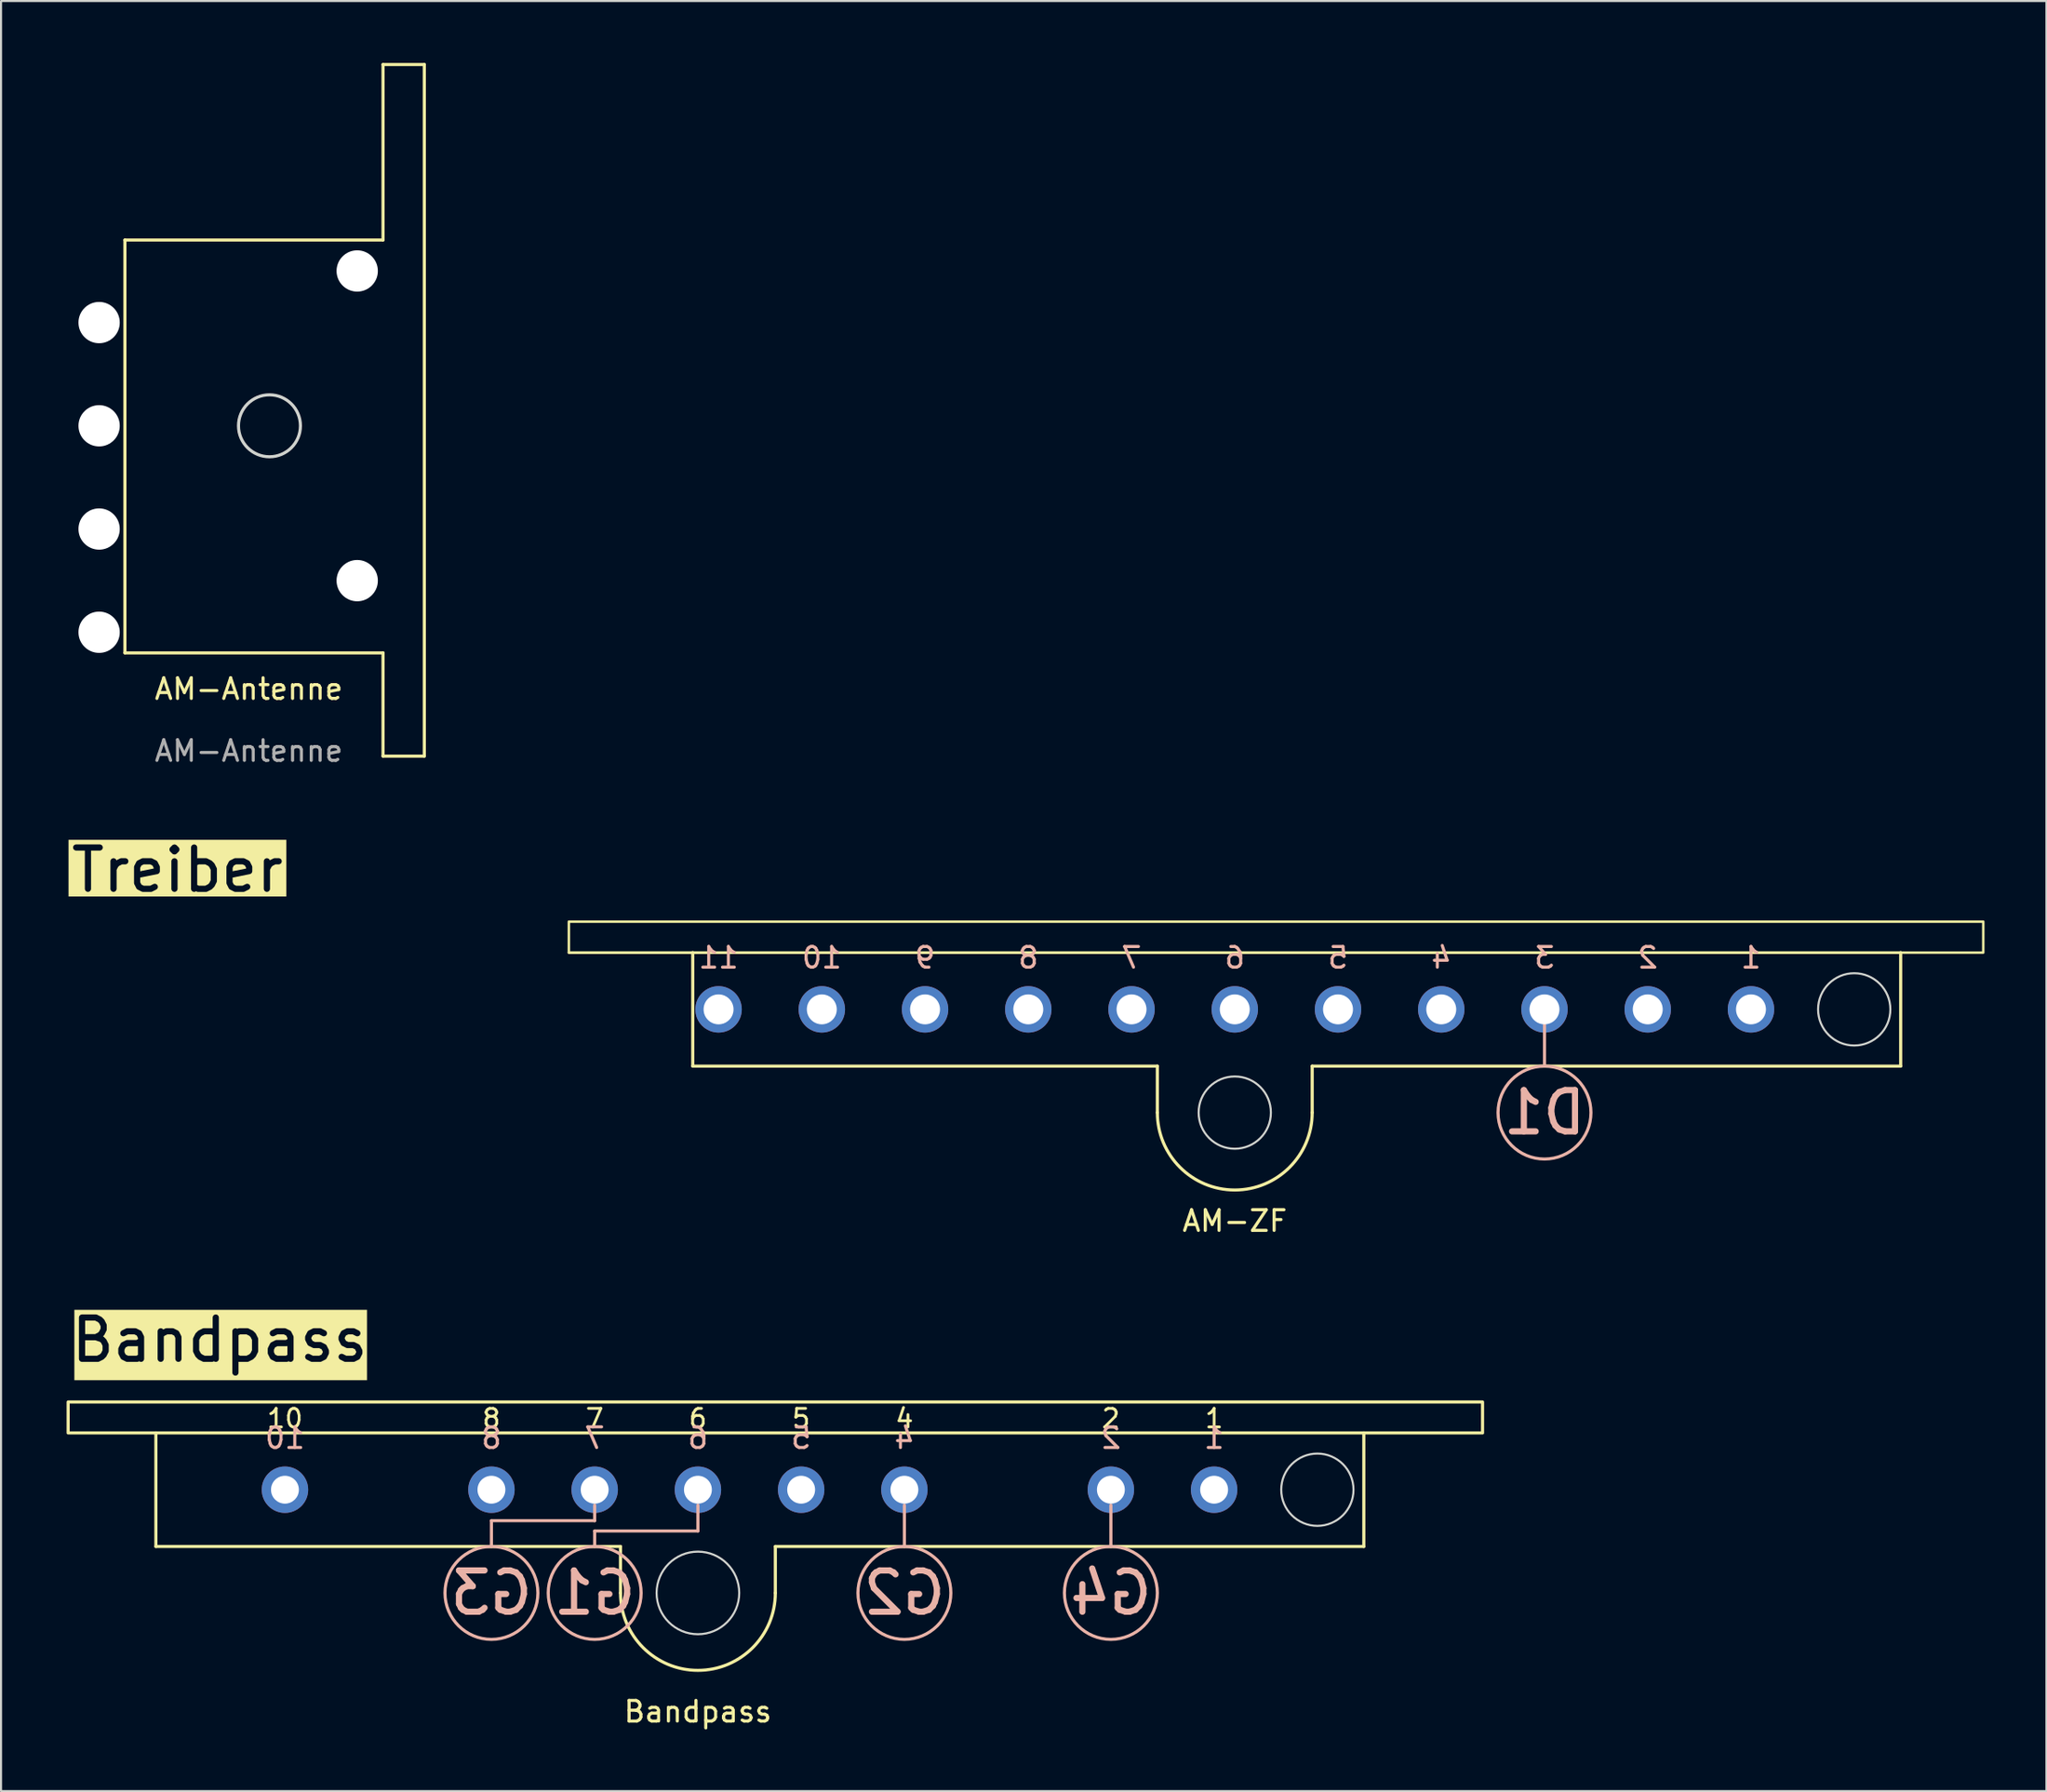
<source format=kicad_pcb>
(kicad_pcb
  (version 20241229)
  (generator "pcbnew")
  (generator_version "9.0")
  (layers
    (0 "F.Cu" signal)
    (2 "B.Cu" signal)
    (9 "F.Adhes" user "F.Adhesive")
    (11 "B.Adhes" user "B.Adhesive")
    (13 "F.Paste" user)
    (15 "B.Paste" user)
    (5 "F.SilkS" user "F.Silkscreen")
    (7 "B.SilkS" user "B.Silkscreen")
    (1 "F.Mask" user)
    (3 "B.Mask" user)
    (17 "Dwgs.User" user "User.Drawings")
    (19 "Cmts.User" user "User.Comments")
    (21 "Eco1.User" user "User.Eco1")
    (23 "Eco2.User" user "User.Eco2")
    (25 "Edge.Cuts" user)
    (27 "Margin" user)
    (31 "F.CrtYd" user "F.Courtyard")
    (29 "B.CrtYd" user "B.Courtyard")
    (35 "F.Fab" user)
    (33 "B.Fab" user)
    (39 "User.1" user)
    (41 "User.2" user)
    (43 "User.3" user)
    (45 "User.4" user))
  (footprint "AM-Antenne"
    (layer "F.Cu")
    (at 3 8.575)
    (property "Reference" "AM-Antenne" (at 6 21.75 0) (unlocked yes) (layer "F.SilkS") (effects (font (size 1 1) (thickness 0.15))))
    (attr through_hole)
    (fp_line (start 0 0) (end 0 20) (stroke (width 0.15) (type default)) (layer "F.SilkS"))
    (fp_line (start 0 20) (end 12.5 20) (stroke (width 0.15) (type default)) (layer "F.SilkS"))
    (fp_line (start 12.5 -8.5) (end 14.5 -8.5) (stroke (width 0.15) (type default)) (layer "F.SilkS"))
    (fp_line (start 12.5 0) (end 0 0) (stroke (width 0.15) (type default)) (layer "F.SilkS"))
    (fp_line (start 12.5 0) (end 12.5 -8.5) (stroke (width 0.15) (type default)) (layer "F.SilkS"))
    (fp_line (start 12.5 25) (end 12.5 20) (stroke (width 0.15) (type default)) (layer "F.SilkS"))
    (fp_line (start 14.5 -8.5) (end 14.5 25) (stroke (width 0.15) (type default)) (layer "F.SilkS"))
    (fp_line (start 14.5 25) (end 12.5 25) (stroke (width 0.15) (type default)) (layer "F.SilkS"))
    (fp_circle (center 7 9) (end 8.5 9) (stroke (width 0.15) (type default)) (fill no) (layer "Edge.Cuts"))
    (fp_text user "${REFERENCE}" (at 6 24.75 0) (unlocked yes) (layer "F.Fab") (effects (font (size 1 1) (thickness 0.15))))
    (pad "1" thru_hole circle (at -1.25 4) (size 3.5 3.5) (drill 2) (layers "*.Cu" "B.Mask") (remove_unused_layers yes) (zone_layer_connections))
    (pad "1" thru_hole circle (at -1.25 9) (size 3.5 3.5) (drill 2) (layers "*.Cu" "B.Mask") (remove_unused_layers yes) (zone_layer_connections))
    (pad "1" thru_hole circle (at 11.25 1.5) (size 3.5 3.5) (drill 2) (layers "*.Cu" "B.Mask") (remove_unused_layers yes) (zone_layer_connections))
    (pad "1" thru_hole circle (at 11.25 16.5) (size 3.5 3.5) (drill 2) (layers "*.Cu" "B.Mask") (remove_unused_layers yes) (zone_layer_connections))
    (pad "2" thru_hole circle (at -1.25 14) (size 3.5 3.5) (drill 2) (layers "*.Cu" "B.Mask") (remove_unused_layers yes) (zone_layer_connections))
    (pad "3" thru_hole circle (at -1.25 19) (size 3.5 3.5) (drill 2) (layers "*.Cu" "B.Mask") (remove_unused_layers yes) (zone_layer_connections)))
  (footprint "AM-ZF"
    (layer "F.Cu")
    (at 0.25 41.592)
    (property "Reference" "AM-ZF" (at 56.5 14.5 0) (unlocked yes) (layer "F.SilkS") (effects (font (size 1 1) (thickness 0.15))))
    (attr through_hole)
    (fp_line (start 24.25 1.5) (end 88.75 1.5) (stroke (width 0.12) (type default)) (layer "F.SilkS"))
    (fp_line (start 30.25 7) (end 30.25 1.5) (stroke (width 0.15) (type default)) (layer "F.SilkS"))
    (fp_line (start 52.75 7) (end 30.25 7) (stroke (width 0.15) (type default)) (layer "F.SilkS"))
    (fp_line (start 52.75 7) (end 52.75 9.25) (stroke (width 0.15) (type default)) (layer "F.SilkS"))
    (fp_line (start 60.25 7) (end 60.25 9.25) (stroke (width 0.15) (type default)) (layer "F.SilkS"))
    (fp_line (start 88.75 1.5) (end 88.75 7) (stroke (width 0.15) (type default)) (layer "F.SilkS"))
    (fp_line (start 88.75 7) (end 60.25 7) (stroke (width 0.15) (type default)) (layer "F.SilkS"))
    (fp_rect (start 92.75 0) (end 24.25 1.5) (stroke (width 0.12) (type default)) (fill no) (layer "F.SilkS"))
    (fp_arc (start 60.25 9.25) (mid 56.5 13) (end 52.75 9.25) (stroke (width 0.15) (type default)) (layer "F.SilkS"))
    (fp_line (start 71.5 7) (end 71.5 5) (stroke (width 0.15) (type default)) (layer "B.SilkS"))
    (fp_circle (center 71.5 9.25) (end 69.25 9.25) (stroke (width 0.15) (type default)) (fill no) (layer "B.SilkS"))
    (fp_circle (center 56.5 9.25) (end 58.25 9.25) (stroke (width 0.1) (type default)) (fill no) (layer "Edge.Cuts"))
    (fp_circle (center 86.5 4.25) (end 88.25 4.25) (stroke (width 0.1) (type default)) (fill no) (layer "Edge.Cuts"))
    (fp_text user "Treiber" (at 0 -2.5 0) (unlocked yes) (layer "F.SilkS" knockout) (effects (font (size 2 2) (thickness 0.3)) (justify left)))
    (fp_text user "D1" (at 71.5 9.25 0) (unlocked yes) (layer "B.SilkS") (effects (font (size 2 2) (thickness 0.3)) (justify mirror)))
    (fp_text user "7" (at 51.5 1.75 0) (unlocked yes) (layer "B.SilkS") (effects (font (size 1 1) (thickness 0.15)) (justify mirror)))
    (fp_text user "1" (at 81.5 1.75 0) (unlocked yes) (layer "B.SilkS") (effects (font (size 1 1) (thickness 0.15)) (justify mirror)))
    (fp_text user "4" (at 66.5 1.75 0) (unlocked yes) (layer "B.SilkS") (effects (font (size 1 1) (thickness 0.15)) (justify mirror)))
    (fp_text user "9" (at 41.5 1.75 0) (unlocked yes) (layer "B.SilkS") (effects (font (size 1 1) (thickness 0.15)) (justify mirror)))
    (fp_text user "2" (at 76.5 1.75 0) (unlocked yes) (layer "B.SilkS") (effects (font (size 1 1) (thickness 0.15)) (justify mirror)))
    (fp_text user "6" (at 56.5 1.75 0) (unlocked yes) (layer "B.SilkS") (effects (font (size 1 1) (thickness 0.15)) (justify mirror)))
    (fp_text user "10" (at 36.5 1.75 0) (unlocked yes) (layer "B.SilkS") (effects (font (size 1 1) (thickness 0.15)) (justify mirror)))
    (fp_text user "3" (at 71.5 1.75 0) (unlocked yes) (layer "B.SilkS") (effects (font (size 1 1) (thickness 0.15)) (justify mirror)))
    (fp_text user "5" (at 61.5 1.75 0) (unlocked yes) (layer "B.SilkS") (effects (font (size 1 1) (thickness 0.15)) (justify mirror)))
    (fp_text user "8" (at 46.5 1.75 0) (unlocked yes) (layer "B.SilkS") (effects (font (size 1 1) (thickness 0.15)) (justify mirror)))
    (fp_text user "11" (at 31.5 1.75 0) (unlocked yes) (layer "B.SilkS") (effects (font (size 1 1) (thickness 0.15)) (justify mirror)))
    (pad "1" thru_hole circle (at 81.5 4.25) (size 2.25 2.25) (drill 1.45) (layers "*.Cu" "B.Mask") (remove_unused_layers yes) (keep_end_layers yes) (zone_layer_connections))
    (pad "2" thru_hole circle (at 76.5 4.25) (size 2.25 2.25) (drill 1.45) (layers "*.Cu" "B.Mask") (remove_unused_layers yes) (keep_end_layers yes) (zone_layer_connections))
    (pad "3" thru_hole circle (at 71.5 4.25) (size 2.25 2.25) (drill 1.45) (layers "*.Cu" "B.Mask") (remove_unused_layers yes) (keep_end_layers yes) (zone_layer_connections))
    (pad "4" thru_hole circle (at 66.5 4.25) (size 2.25 2.25) (drill 1.45) (layers "*.Cu" "B.Mask") (remove_unused_layers yes) (keep_end_layers yes) (zone_layer_connections))
    (pad "5" thru_hole circle (at 61.5 4.25) (size 2.25 2.25) (drill 1.45) (layers "*.Cu" "B.Mask") (remove_unused_layers yes) (keep_end_layers yes) (zone_layer_connections))
    (pad "6" thru_hole circle (at 56.5 4.25) (size 2.25 2.25) (drill 1.45) (layers "*.Cu" "B.Mask") (remove_unused_layers yes) (keep_end_layers yes) (zone_layer_connections))
    (pad "7" thru_hole circle (at 51.5 4.25) (size 2.25 2.25) (drill 1.45) (layers "*.Cu" "B.Mask") (remove_unused_layers yes) (keep_end_layers yes) (zone_layer_connections))
    (pad "8" thru_hole circle (at 46.5 4.25) (size 2.25 2.25) (drill 1.45) (layers "*.Cu" "B.Mask") (remove_unused_layers yes) (keep_end_layers yes) (zone_layer_connections))
    (pad "9" thru_hole circle (at 41.5 4.25) (size 2.25 2.25) (drill 1.45) (layers "*.Cu" "B.Mask") (remove_unused_layers yes) (keep_end_layers yes) (zone_layer_connections))
    (pad "10" thru_hole circle (at 36.5 4.25) (size 2.25 2.25) (drill 1.45) (layers "*.Cu" "B.Mask") (remove_unused_layers yes) (keep_end_layers yes) (zone_layer_connections))
    (pad "11" thru_hole circle (at 31.5 4.25) (size 2.25 2.25) (drill 1.45) (layers "*.Cu" "B.Mask") (remove_unused_layers yes) (keep_end_layers yes) (zone_layer_connections)))
  (footprint "Bandpass"
    (layer "F.Cu")
    (at 0.25 64.859)
    (property "Reference" "Bandpass" (at 30.5 15 0) (unlocked yes) (layer "F.SilkS") (effects (font (size 1 1) (thickness 0.15))))
    (attr through_hole)
    (fp_line (start 4.25 7) (end 4.25 1.5) (stroke (width 0.15) (type default)) (layer "F.SilkS"))
    (fp_line (start 26.75 7) (end 4.25 7) (stroke (width 0.15) (type default)) (layer "F.SilkS"))
    (fp_line (start 26.75 7) (end 26.75 9.25) (stroke (width 0.15) (type default)) (layer "F.SilkS"))
    (fp_line (start 34.25 7) (end 34.25 9.25) (stroke (width 0.15) (type default)) (layer "F.SilkS"))
    (fp_line (start 62.75 1.5) (end 62.75 7) (stroke (width 0.15) (type default)) (layer "F.SilkS"))
    (fp_line (start 62.75 7) (end 34.25 7) (stroke (width 0.15) (type default)) (layer "F.SilkS"))
    (fp_rect (start 68.5 0) (end 0 1.5) (stroke (width 0.15) (type default)) (fill no) (layer "F.SilkS"))
    (fp_arc (start 34.25 9.25) (mid 30.5 13) (end 26.75 9.25) (stroke (width 0.15) (type default)) (layer "F.SilkS"))
    (fp_line (start 20.5 7) (end 20.5 5.75) (stroke (width 0.15) (type default)) (layer "B.SilkS"))
    (fp_line (start 25.5 5.75) (end 20.5 5.75) (stroke (width 0.15) (type default)) (layer "B.SilkS"))
    (fp_line (start 25.5 5.75) (end 25.5 5) (stroke (width 0.15) (type default)) (layer "B.SilkS"))
    (fp_line (start 25.5 7) (end 25.5 6.25) (stroke (width 0.15) (type default)) (layer "B.SilkS"))
    (fp_line (start 30.5 6.25) (end 25.5 6.25) (stroke (width 0.15) (type default)) (layer "B.SilkS"))
    (fp_line (start 30.5 6.25) (end 30.5 5) (stroke (width 0.15) (type default)) (layer "B.SilkS"))
    (fp_line (start 40.5 7) (end 40.5 5) (stroke (width 0.15) (type default)) (layer "B.SilkS"))
    (fp_line (start 50.5 7) (end 50.5 5) (stroke (width 0.15) (type default)) (layer "B.SilkS"))
    (fp_circle (center 20.5 9.25) (end 18.25 9.25) (stroke (width 0.15) (type default)) (fill no) (layer "B.SilkS"))
    (fp_circle (center 25.5 9.25) (end 23.25 9.25) (stroke (width 0.15) (type default)) (fill no) (layer "B.SilkS"))
    (fp_circle (center 40.5 9.25) (end 38.25 9.25) (stroke (width 0.15) (type default)) (fill no) (layer "B.SilkS"))
    (fp_circle (center 50.5 9.25) (end 48.25 9.25) (stroke (width 0.15) (type default)) (fill no) (layer "B.SilkS"))
    (fp_circle (center 30.5 9.25) (end 32.5 9.25) (stroke (width 0.1) (type default)) (fill no) (layer "Edge.Cuts"))
    (fp_circle (center 60.5 4.25) (end 62.25 4.25) (stroke (width 0.1) (type default)) (fill no) (layer "Edge.Cuts"))
    (fp_text user "5" (at 35.5 0.8 0) (unlocked yes) (layer "F.SilkS") (effects (font (size 0.9 0.9) (thickness 0.135))))
    (fp_text user "4" (at 40.5 0.8 0) (unlocked yes) (layer "F.SilkS") (effects (font (size 0.9 0.9) (thickness 0.135))))
    (fp_text user "Bandpass" (at 0 -3 0) (unlocked yes) (layer "F.SilkS" knockout) (effects (font (size 2 2) (thickness 0.3)) (justify left)))
    (fp_text user "7" (at 25.5 0.8 0) (unlocked yes) (layer "F.SilkS") (effects (font (size 0.9 0.9) (thickness 0.135))))
    (fp_text user "2" (at 50.5 0.8 0) (unlocked yes) (layer "F.SilkS") (effects (font (size 0.9 0.9) (thickness 0.135))))
    (fp_text user "1" (at 55.5 0.8 0) (unlocked yes) (layer "F.SilkS") (effects (font (size 0.9 0.9) (thickness 0.135))))
    (fp_text user "6" (at 30.5 0.8 0) (unlocked yes) (layer "F.SilkS") (effects (font (size 0.9 0.9) (thickness 0.135))))
    (fp_text user "10" (at 10.5 0.8 0) (unlocked yes) (layer "F.SilkS") (effects (font (size 0.9 0.9) (thickness 0.135))))
    (fp_text user "8" (at 20.5 0.8 0) (unlocked yes) (layer "F.SilkS") (effects (font (size 0.9 0.9) (thickness 0.135))))
    (fp_text user "7" (at 25.5 1.75 0) (unlocked yes) (layer "B.SilkS") (effects (font (size 1 1) (thickness 0.15)) (justify mirror)))
    (fp_text user "G1" (at 25.5 9.25 0) (unlocked yes) (layer "B.SilkS") (effects (font (size 2 2) (thickness 0.3)) (justify mirror)))
    (fp_text user "G4" (at 50.5 9.25 0) (unlocked yes) (layer "B.SilkS") (effects (font (size 2 2) (thickness 0.3)) (justify mirror)))
    (fp_text user "G2" (at 40.5 9.25 0) (unlocked yes) (layer "B.SilkS") (effects (font (size 2 2) (thickness 0.3)) (justify mirror)))
    (fp_text user "8" (at 20.5 1.75 0) (unlocked yes) (layer "B.SilkS") (effects (font (size 1 1) (thickness 0.15)) (justify mirror)))
    (fp_text user "4" (at 40.5 1.75 0) (unlocked yes) (layer "B.SilkS") (effects (font (size 1 1) (thickness 0.15)) (justify mirror)))
    (fp_text user "5" (at 35.5 1.75 0) (unlocked yes) (layer "B.SilkS") (effects (font (size 1 1) (thickness 0.15)) (justify mirror)))
    (fp_text user "G3" (at 20.5 9.25 0) (unlocked yes) (layer "B.SilkS") (effects (font (size 2 2) (thickness 0.3)) (justify mirror)))
    (fp_text user "10" (at 10.5 1.75 0) (unlocked yes) (layer "B.SilkS") (effects (font (size 1 1) (thickness 0.15)) (justify mirror)))
    (fp_text user "6" (at 30.5 1.75 0) (unlocked yes) (layer "B.SilkS") (effects (font (size 1 1) (thickness 0.15)) (justify mirror)))
    (fp_text user "2" (at 50.5 1.75 0) (unlocked yes) (layer "B.SilkS") (effects (font (size 1 1) (thickness 0.15)) (justify mirror)))
    (fp_text user "1" (at 55.5 1.75 0) (unlocked yes) (layer "B.SilkS") (effects (font (size 1 1) (thickness 0.15)) (justify mirror)))
    (pad "1" thru_hole circle (at 55.5 4.25) (size 2.25 2.25) (drill 1.35) (layers "*.Cu" "B.Mask") (remove_unused_layers yes) (keep_end_layers yes) (zone_layer_connections))
    (pad "2" thru_hole circle (at 50.5 4.25) (size 2.25 2.25) (drill 1.35) (layers "*.Cu" "B.Mask") (remove_unused_layers yes) (keep_end_layers yes) (zone_layer_connections))
    (pad "4" thru_hole circle (at 40.5 4.25) (size 2.25 2.25) (drill 1.35) (layers "*.Cu" "B.Mask") (remove_unused_layers yes) (keep_end_layers yes) (zone_layer_connections))
    (pad "5" thru_hole circle (at 35.5 4.25) (size 2.25 2.25) (drill 1.35) (layers "*.Cu" "B.Mask") (remove_unused_layers yes) (keep_end_layers yes) (zone_layer_connections))
    (pad "6" thru_hole circle (at 30.5 4.25) (size 2.25 2.25) (drill 1.35) (layers "*.Cu" "B.Mask") (remove_unused_layers yes) (keep_end_layers yes) (zone_layer_connections))
    (pad "7" thru_hole circle (at 25.5 4.25) (size 2.25 2.25) (drill 1.35) (layers "*.Cu" "B.Mask") (remove_unused_layers yes) (keep_end_layers yes) (zone_layer_connections))
    (pad "8" thru_hole circle (at 20.5 4.25) (size 2.25 2.25) (drill 1.35) (layers "*.Cu" "B.Mask") (remove_unused_layers yes) (keep_end_layers yes) (zone_layer_connections))
    (pad "10" thru_hole circle (at 10.5 4.25) (size 2.25 2.25) (drill 1.35) (layers "*.Cu" "B.Mask") (remove_unused_layers yes) (keep_end_layers yes) (zone_layer_connections)))
  (gr_rect
    (start -3 -3)
    (end 96.06 83.707)
    (stroke (width 0.1) (type default))
    (fill no)
    (layer "Edge.Cuts")))
</source>
